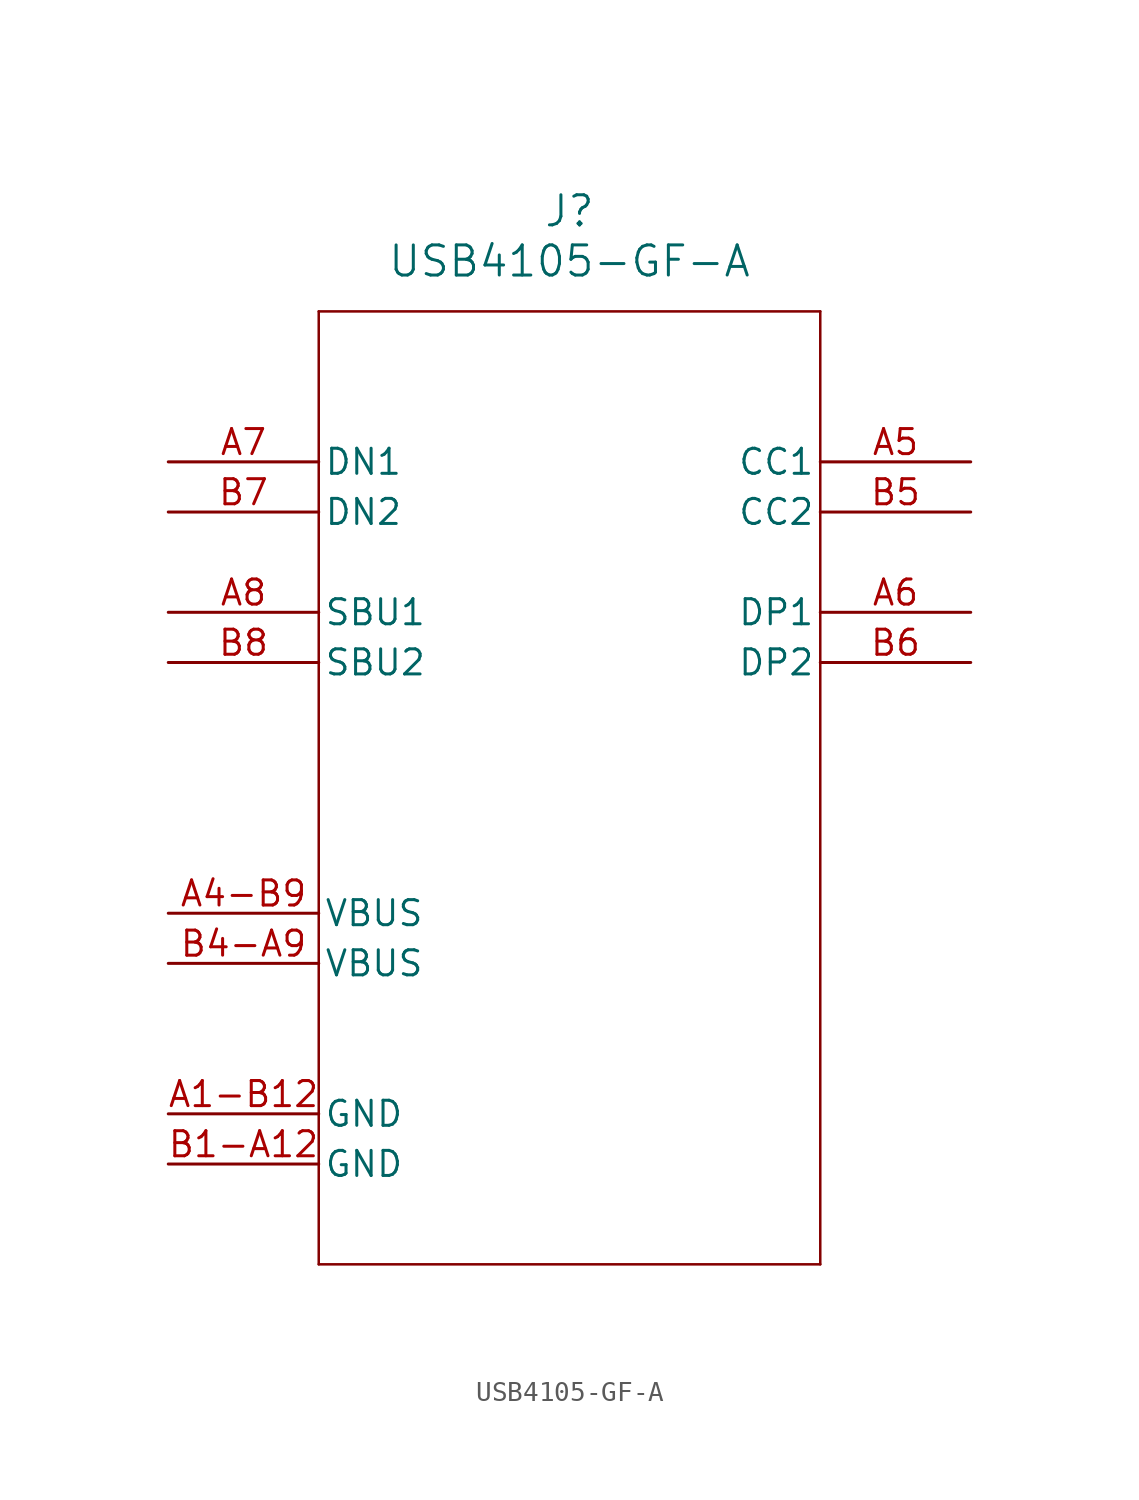
<source format=kicad_sym>
(kicad_symbol_lib
  (version 20211014)
  (generator kicad_symbol_editor)
  (symbol "USB4105-GF-A"
    (pin_names
      (offset 0.254))
    (property "Reference" "J"
      (at 20.32 12.7 0)
      (effects (font (size 1.524 1.524))))
    (property "Value" "USB4105-GF-A"
      (at 20.32 10.16 0)
      (effects (font (size 1.524 1.524))))
    (symbol "USB4105-GF-A_0_1"
      (polyline (pts (xy 7.62 7.62) (xy 7.62 -40.64)) (stroke (width 0.127) (type default) (color 0 0 0 0)) (fill (type none)))
      (polyline (pts (xy 7.62 -40.64) (xy 33.02 -40.64)) (stroke (width 0.127) (type default) (color 0 0 0 0)) (fill (type none)))
      (polyline (pts (xy 33.02 -40.64) (xy 33.02 7.62)) (stroke (width 0.127) (type default) (color 0 0 0 0)) (fill (type none)))
      (polyline (pts (xy 33.02 7.62) (xy 7.62 7.62)) (stroke (width 0.127) (type default) (color 0 0 0 0)) (fill (type none)))
      (pin power_out line (at 0 -33.02 0) (length 7.62) (name "GND" (effects (font (size 1.27 1.27)))) (number "A1-B12" (effects (font (size 1.27 1.27)))))
      (pin power_in line (at 0 -22.86 0) (length 7.62) (name "VBUS" (effects (font (size 1.27 1.27)))) (number "A4-B9" (effects (font (size 1.27 1.27)))))
      (pin bidirectional line (at 40.64 0 180) (length 7.62) (name "CC1" (effects (font (size 1.27 1.27)))) (number "A5" (effects (font (size 1.27 1.27)))))
      (pin bidirectional line (at 40.64 -7.62 180) (length 7.62) (name "DP1" (effects (font (size 1.27 1.27)))) (number "A6" (effects (font (size 1.27 1.27)))))
      (pin bidirectional line (at 0 0 0) (length 7.62) (name "DN1" (effects (font (size 1.27 1.27)))) (number "A7" (effects (font (size 1.27 1.27)))))
      (pin bidirectional line (at 0 -7.62 0) (length 7.62) (name "SBU1" (effects (font (size 1.27 1.27)))) (number "A8" (effects (font (size 1.27 1.27)))))
      (pin power_out line (at 0 -35.56 0) (length 7.62) (name "GND" (effects (font (size 1.27 1.27)))) (number "B1-A12" (effects (font (size 1.27 1.27)))))
      (pin power_in line (at 0 -25.4 0) (length 7.62) (name "VBUS" (effects (font (size 1.27 1.27)))) (number "B4-A9" (effects (font (size 1.27 1.27)))))
      (pin bidirectional line (at 40.64 -2.54 180) (length 7.62) (name "CC2" (effects (font (size 1.27 1.27)))) (number "B5" (effects (font (size 1.27 1.27)))))
      (pin bidirectional line (at 40.64 -10.16 180) (length 7.62) (name "DP2" (effects (font (size 1.27 1.27)))) (number "B6" (effects (font (size 1.27 1.27)))))
      (pin bidirectional line (at 0 -2.54 0) (length 7.62) (name "DN2" (effects (font (size 1.27 1.27)))) (number "B7" (effects (font (size 1.27 1.27)))))
      (pin bidirectional line (at 0 -10.16 0) (length 7.62) (name "SBU2" (effects (font (size 1.27 1.27)))) (number "B8" (effects (font (size 1.27 1.27))))))))
</source>
